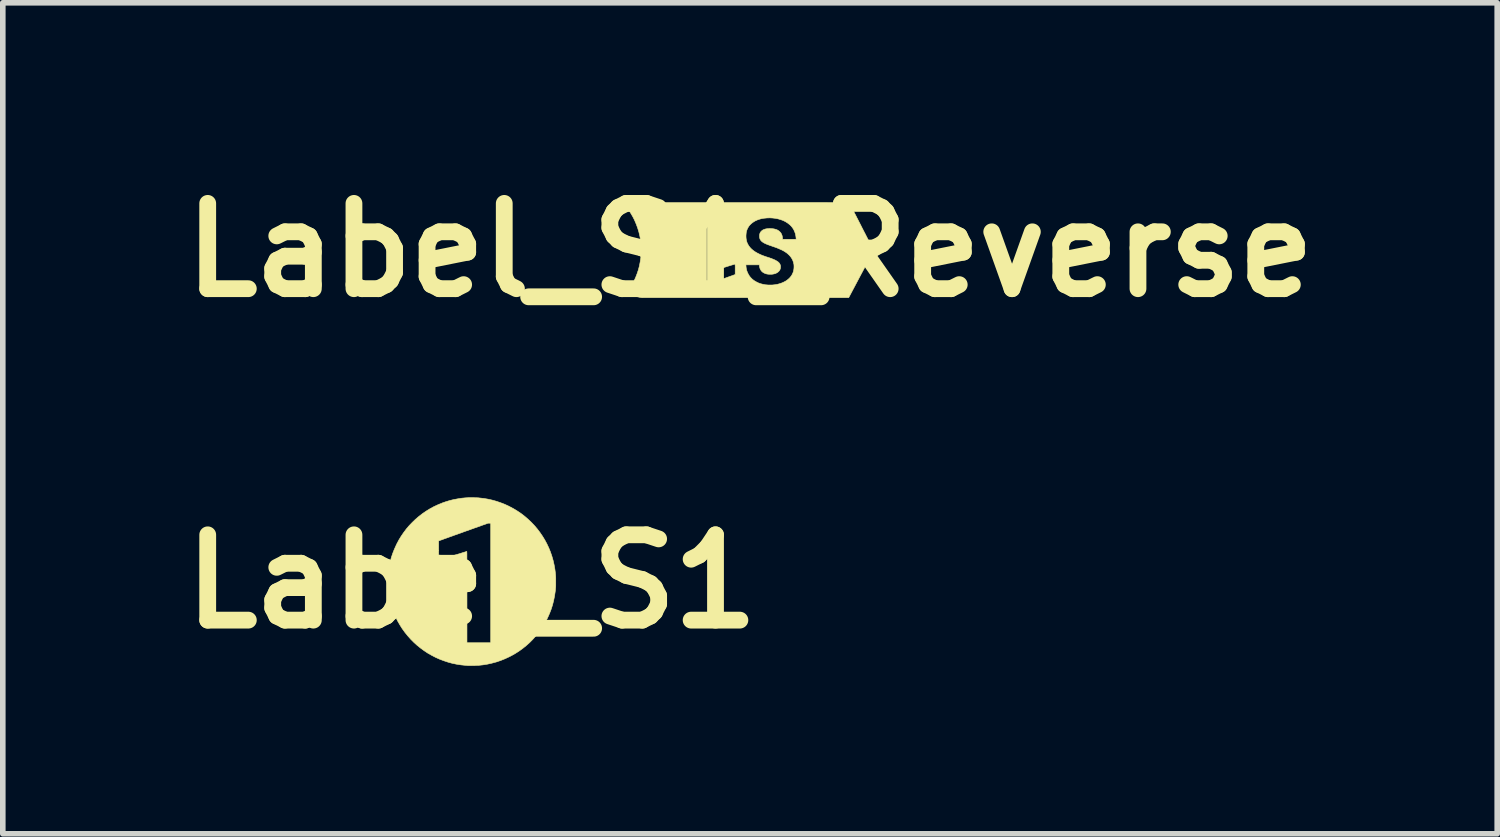
<source format=kicad_pcb>
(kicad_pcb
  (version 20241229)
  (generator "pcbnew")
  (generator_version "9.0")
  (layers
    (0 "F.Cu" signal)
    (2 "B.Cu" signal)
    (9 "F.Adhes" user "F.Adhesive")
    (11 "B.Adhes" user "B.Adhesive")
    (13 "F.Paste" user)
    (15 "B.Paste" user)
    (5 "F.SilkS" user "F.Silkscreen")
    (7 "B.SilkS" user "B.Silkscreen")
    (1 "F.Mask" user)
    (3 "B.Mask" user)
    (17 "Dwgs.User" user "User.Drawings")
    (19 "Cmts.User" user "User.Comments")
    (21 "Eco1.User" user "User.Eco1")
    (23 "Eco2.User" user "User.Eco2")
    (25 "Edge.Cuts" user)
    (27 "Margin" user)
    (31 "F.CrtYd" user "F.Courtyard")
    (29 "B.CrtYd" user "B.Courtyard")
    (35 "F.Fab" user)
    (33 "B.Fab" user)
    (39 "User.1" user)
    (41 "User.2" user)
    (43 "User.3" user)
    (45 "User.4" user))
  (footprint "Label_S1_Reverse"
    (layer "F.Cu")
    (at 10.349 1.418)
    (property "Reference" "Label_S1_Reverse" (at 0 0 0) (layer "F.SilkS") (effects (font (size 1.524 1.524) (thickness 0.3))))
    (attr through_hole)
    (fp_poly (pts (xy -1.055 -0.85) (xy -0.986 -0.85) (xy -0.914 -0.85) (xy -0.838 -0.85) (xy -0.759 -0.85) (xy -0.676 -0.85) (xy -0.589 -0.85) (xy -0.498 -0.85) (xy -0.403 -0.85) (xy -0.304 -0.85) (xy -0.201 -0.85) (xy -0.094 -0.85) (xy -0.073 -0.85) (xy 1.771 -0.849) (xy 1.979 -0.443) (xy 1.999 -0.403) (xy 2.019 -0.364) (xy 2.039 -0.325) (xy 2.058 -0.289) (xy 2.076 -0.253) (xy 2.093 -0.22) (xy 2.109 -0.188) (xy 2.124 -0.158) (xy 2.139 -0.13) (xy 2.151 -0.105) (xy 2.163 -0.083) (xy 2.173 -0.063) (xy 2.181 -0.046) (xy 2.188 -0.033) (xy 2.193 -0.023) (xy 2.197 -0.016) (xy 2.198 -0.014) (xy 2.209 0.008) (xy 1.986 0.428) (xy 1.763 0.849) (xy -0.081 0.849) (xy -0.171 0.849) (xy -0.26 0.849) (xy -0.348 0.849) (xy -0.434 0.849) (xy -0.52 0.849) (xy -0.603 0.849) (xy -0.686 0.849) (xy -0.766 0.849) (xy -0.845 0.849) (xy -0.922 0.849) (xy -0.997 0.849) (xy -1.069 0.849) (xy -1.14 0.849) (xy -1.208 0.849) (xy -1.274 0.849) (xy -1.337 0.849) (xy -1.398 0.849) (xy -1.456 0.849) (xy -1.511 0.849) (xy -1.563 0.849) (xy -1.613 0.849) (xy -1.659 0.849) (xy -1.702 0.849) (xy -1.741 0.849) (xy -1.777 0.849) (xy -1.81 0.849) (xy -1.839 0.849) (xy -1.864 0.849) (xy -1.885 0.849) (xy -1.903 0.849) (xy -1.916 0.849) (xy -1.925 0.849) (xy -1.93 0.849) (xy -1.931 0.849) (xy -1.975 0.842) (xy -2.02 0.832) (xy -2.065 0.82) (xy -2.109 0.806) (xy -2.137 0.795) (xy -2.145 0.792) (xy -2.155 0.788) (xy -2.166 0.783) (xy -2.177 0.778) (xy -2.188 0.774) (xy -2.196 0.77) (xy -2.203 0.766) (xy -2.206 0.765) (xy -2.205 0.763) (xy -2.201 0.758) (xy -2.196 0.751) (xy -2.19 0.743) (xy -2.186 0.738) (xy -2.145 0.679) (xy -2.108 0.617) (xy -2.074 0.554) (xy -2.044 0.489) (xy -2.018 0.422) (xy -1.995 0.354) (xy -1.977 0.285) (xy -1.963 0.214) (xy -1.952 0.143) (xy -1.946 0.072) (xy -1.944 -0.001) (xy -1.946 -0.073) (xy -1.952 -0.145) (xy -1.962 -0.217) (xy -1.97 -0.257) (xy -1.987 -0.327) (xy -2.008 -0.396) (xy -2.033 -0.464) (xy -2.061 -0.53) (xy -2.075 -0.559) (xy -0.775 -0.559) (xy -0.775 0.609) (xy -0.761 0.609) (xy -0.757 0.609) (xy -0.753 0.609) (xy -0.748 0.608) (xy -0.741 0.606) (xy -0.733 0.603) (xy -0.722 0.6) (xy -0.708 0.595) (xy -0.692 0.589) (xy -0.671 0.582) (xy -0.668 0.581) (xy -0.649 0.574) (xy -0.626 0.566) (xy -0.601 0.557) (xy -0.574 0.547) (xy -0.547 0.538) (xy -0.521 0.528) (xy -0.496 0.519) (xy -0.486 0.516) (xy -0.463 0.507) (xy -0.439 0.499) (xy -0.415 0.49) (xy -0.392 0.482) (xy -0.37 0.474) (xy -0.35 0.467) (xy -0.333 0.461) (xy -0.324 0.458) (xy -0.265 0.436) (xy -0.265 0.343) (xy -0.265 0.318) (xy -0.265 0.298) (xy -0.265 0.281) (xy -0.266 0.268) (xy -0.266 0.263) (xy -0.074 0.263) (xy -0.072 0.287) (xy -0.068 0.324) (xy -0.06 0.361) (xy -0.047 0.396) (xy -0.031 0.429) (xy -0.012 0.461) (xy 0.011 0.49) (xy 0.037 0.516) (xy 0.04 0.519) (xy 0.072 0.544) (xy 0.107 0.565) (xy 0.144 0.584) (xy 0.184 0.599) (xy 0.227 0.61) (xy 0.271 0.619) (xy 0.317 0.623) (xy 0.364 0.624) (xy 0.403 0.623) (xy 0.45 0.618) (xy 0.494 0.61) (xy 0.536 0.598) (xy 0.576 0.584) (xy 0.612 0.567) (xy 0.646 0.548) (xy 0.677 0.525) (xy 0.704 0.501) (xy 0.728 0.473) (xy 0.731 0.469) (xy 0.74 0.457) (xy 0.749 0.442) (xy 0.757 0.425) (xy 0.765 0.409) (xy 0.771 0.393) (xy 0.775 0.382) (xy 0.781 0.354) (xy 0.785 0.324) (xy 0.786 0.294) (xy 0.785 0.265) (xy 0.783 0.251) (xy 0.775 0.216) (xy 0.763 0.182) (xy 0.747 0.151) (xy 0.727 0.121) (xy 0.703 0.093) (xy 0.675 0.067) (xy 0.657 0.052) (xy 0.637 0.038) (xy 0.616 0.024) (xy 0.593 0.011) (xy 0.568 -0.002) (xy 0.541 -0.014) (xy 0.511 -0.027) (xy 0.478 -0.041) (xy 0.441 -0.054) (xy 0.4 -0.068) (xy 0.384 -0.074) (xy 0.349 -0.086) (xy 0.317 -0.098) (xy 0.289 -0.109) (xy 0.265 -0.12) (xy 0.244 -0.131) (xy 0.227 -0.142) (xy 0.212 -0.153) (xy 0.2 -0.165) (xy 0.19 -0.177) (xy 0.182 -0.19) (xy 0.176 -0.204) (xy 0.172 -0.219) (xy 0.171 -0.226) (xy 0.169 -0.248) (xy 0.17 -0.27) (xy 0.174 -0.291) (xy 0.181 -0.309) (xy 0.186 -0.318) (xy 0.193 -0.328) (xy 0.203 -0.338) (xy 0.213 -0.348) (xy 0.224 -0.356) (xy 0.227 -0.358) (xy 0.248 -0.368) (xy 0.27 -0.376) (xy 0.296 -0.381) (xy 0.324 -0.384) (xy 0.351 -0.385) (xy 0.384 -0.384) (xy 0.414 -0.381) (xy 0.441 -0.376) (xy 0.465 -0.369) (xy 0.488 -0.36) (xy 0.489 -0.359) (xy 0.512 -0.345) (xy 0.532 -0.328) (xy 0.549 -0.309) (xy 0.562 -0.287) (xy 0.572 -0.262) (xy 0.578 -0.234) (xy 0.58 -0.214) (xy 0.581 -0.192) (xy 0.824 -0.192) (xy 0.823 -0.213) (xy 0.818 -0.254) (xy 0.81 -0.293) (xy 0.797 -0.329) (xy 0.782 -0.363) (xy 0.762 -0.395) (xy 0.739 -0.425) (xy 0.712 -0.452) (xy 0.68 -0.477) (xy 0.665 -0.488) (xy 0.628 -0.511) (xy 0.588 -0.53) (xy 0.546 -0.545) (xy 0.501 -0.558) (xy 0.455 -0.567) (xy 0.407 -0.573) (xy 0.358 -0.576) (xy 0.308 -0.575) (xy 0.257 -0.57) (xy 0.245 -0.569) (xy 0.202 -0.561) (xy 0.162 -0.55) (xy 0.124 -0.536) (xy 0.088 -0.519) (xy 0.056 -0.499) (xy 0.027 -0.477) (xy 0.015 -0.466) (xy -0.001 -0.45) (xy -0.014 -0.436) (xy -0.024 -0.421) (xy -0.034 -0.405) (xy -0.041 -0.393) (xy -0.052 -0.369) (xy -0.061 -0.344) (xy -0.067 -0.319) (xy -0.07 -0.291) (xy -0.072 -0.265) (xy -0.072 -0.235) (xy -0.07 -0.208) (xy -0.066 -0.182) (xy -0.063 -0.168) (xy -0.053 -0.134) (xy -0.038 -0.103) (xy -0.02 -0.073) (xy 0.002 -0.045) (xy 0.028 -0.018) (xy 0.058 0.007) (xy 0.092 0.031) (xy 0.13 0.053) (xy 0.162 0.069) (xy 0.181 0.078) (xy 0.201 0.087) (xy 0.222 0.096) (xy 0.245 0.104) (xy 0.27 0.113) (xy 0.299 0.123) (xy 0.316 0.128) (xy 0.341 0.136) (xy 0.363 0.144) (xy 0.382 0.15) (xy 0.398 0.157) (xy 0.413 0.163) (xy 0.427 0.169) (xy 0.441 0.175) (xy 0.455 0.182) (xy 0.455 0.182) (xy 0.479 0.196) (xy 0.499 0.209) (xy 0.515 0.223) (xy 0.527 0.238) (xy 0.536 0.254) (xy 0.542 0.271) (xy 0.545 0.289) (xy 0.545 0.292) (xy 0.544 0.315) (xy 0.54 0.336) (xy 0.532 0.355) (xy 0.519 0.373) (xy 0.514 0.379) (xy 0.496 0.395) (xy 0.475 0.408) (xy 0.452 0.419) (xy 0.425 0.426) (xy 0.395 0.431) (xy 0.377 0.432) (xy 0.344 0.432) (xy 0.313 0.429) (xy 0.284 0.423) (xy 0.259 0.413) (xy 0.236 0.401) (xy 0.216 0.386) (xy 0.2 0.368) (xy 0.187 0.348) (xy 0.177 0.325) (xy 0.171 0.299) (xy 0.168 0.281) (xy 0.167 0.263) (xy -0.074 0.263) (xy -0.266 0.263) (xy -0.266 0.259) (xy -0.267 0.253) (xy -0.267 0.25) (xy -0.267 0.25) (xy -0.27 0.25) (xy -0.276 0.252) (xy -0.286 0.255) (xy -0.299 0.259) (xy -0.315 0.264) (xy -0.333 0.269) (xy -0.353 0.275) (xy -0.375 0.282) (xy -0.398 0.289) (xy -0.405 0.291) (xy -0.429 0.299) (xy -0.451 0.306) (xy -0.472 0.312) (xy -0.49 0.318) (xy -0.507 0.323) (xy -0.52 0.327) (xy -0.531 0.33) (xy -0.538 0.332) (xy -0.542 0.333) (xy -0.542 0.333) (xy -0.542 0.331) (xy -0.542 0.325) (xy -0.542 0.315) (xy -0.542 0.3) (xy -0.543 0.283) (xy -0.543 0.261) (xy -0.543 0.237) (xy -0.543 0.21) (xy -0.543 0.18) (xy -0.543 0.147) (xy -0.543 0.112) (xy -0.543 0.075) (xy -0.543 0.036) (xy -0.543 -0.004) (xy -0.543 -0.046) (xy -0.543 -0.09) (xy -0.543 -0.113) (xy -0.543 -0.559) (xy -0.775 -0.559) (xy -2.075 -0.559) (xy -2.093 -0.594) (xy -2.129 -0.656) (xy -2.167 -0.715) (xy -2.187 -0.741) (xy -2.194 -0.752) (xy -2.199 -0.759) (xy -2.201 -0.764) (xy -2.202 -0.766) (xy -2.201 -0.767) (xy -2.198 -0.768) (xy -2.192 -0.771) (xy -2.183 -0.775) (xy -2.173 -0.78) (xy -2.165 -0.783) (xy -2.123 -0.8) (xy -2.079 -0.815) (xy -2.032 -0.828) (xy -1.986 -0.839) (xy -1.947 -0.846) (xy -1.945 -0.846) (xy -1.943 -0.846) (xy -1.941 -0.847) (xy -1.939 -0.847) (xy -1.936 -0.847) (xy -1.933 -0.847) (xy -1.929 -0.847) (xy -1.925 -0.848) (xy -1.92 -0.848) (xy -1.914 -0.848) (xy -1.907 -0.848) (xy -1.899 -0.848) (xy -1.89 -0.848) (xy -1.88 -0.849) (xy -1.869 -0.849) (xy -1.856 -0.849) (xy -1.842 -0.849) (xy -1.827 -0.849) (xy -1.809 -0.849) (xy -1.791 -0.849) (xy -1.77 -0.849) (xy -1.747 -0.849) (xy -1.722 -0.849) (xy -1.696 -0.85) (xy -1.667 -0.85) (xy -1.636 -0.85) (xy -1.602 -0.85) (xy -1.567 -0.85) (xy -1.528 -0.85) (xy -1.487 -0.85) (xy -1.443 -0.85) (xy -1.397 -0.85) (xy -1.348 -0.85) (xy -1.295 -0.85) (xy -1.24 -0.85) (xy -1.181 -0.85) (xy -1.12 -0.85) (xy -1.055 -0.85)) (stroke (width 0.01) (type solid)) (fill yes) (layer "F.SilkS")))
  (footprint "Label_S1"
    (layer "F.Cu")
    (at 5.378 7.339)
    (property "Reference" "Label_S1" (at 0 0 0) (layer "F.SilkS") (effects (font (size 1.524 1.524) (thickness 0.3))))
    (attr through_hole)
    (fp_poly (pts (xy 0.014 -1.498) (xy 0.039 -1.498) (xy 0.063 -1.497) (xy 0.086 -1.497) (xy 0.107 -1.496) (xy 0.124 -1.495) (xy 0.13 -1.494) (xy 0.211 -1.485) (xy 0.289 -1.472) (xy 0.365 -1.455) (xy 0.44 -1.434) (xy 0.513 -1.409) (xy 0.586 -1.381) (xy 0.658 -1.348) (xy 0.679 -1.337) (xy 0.75 -1.299) (xy 0.819 -1.257) (xy 0.885 -1.212) (xy 0.948 -1.163) (xy 1.008 -1.111) (xy 1.065 -1.057) (xy 1.12 -0.999) (xy 1.171 -0.939) (xy 1.218 -0.877) (xy 1.263 -0.811) (xy 1.304 -0.744) (xy 1.341 -0.675) (xy 1.375 -0.603) (xy 1.405 -0.53) (xy 1.431 -0.454) (xy 1.453 -0.378) (xy 1.471 -0.299) (xy 1.485 -0.22) (xy 1.49 -0.182) (xy 1.493 -0.16) (xy 1.495 -0.14) (xy 1.497 -0.121) (xy 1.498 -0.103) (xy 1.499 -0.084) (xy 1.5 -0.064) (xy 1.5 -0.042) (xy 1.5 -0.016) (xy 1.5 0.001) (xy 1.5 0.029) (xy 1.5 0.053) (xy 1.5 0.074) (xy 1.499 0.093) (xy 1.498 0.112) (xy 1.496 0.13) (xy 1.495 0.15) (xy 1.492 0.17) (xy 1.49 0.184) (xy 1.478 0.264) (xy 1.462 0.343) (xy 1.442 0.421) (xy 1.418 0.496) (xy 1.389 0.571) (xy 1.357 0.643) (xy 1.322 0.714) (xy 1.283 0.782) (xy 1.24 0.848) (xy 1.194 0.912) (xy 1.144 0.973) (xy 1.091 1.032) (xy 1.036 1.088) (xy 0.977 1.141) (xy 0.915 1.191) (xy 0.851 1.238) (xy 0.783 1.282) (xy 0.713 1.322) (xy 0.664 1.347) (xy 0.59 1.381) (xy 0.515 1.411) (xy 0.438 1.437) (xy 0.36 1.458) (xy 0.28 1.476) (xy 0.199 1.489) (xy 0.132 1.496) (xy 0.122 1.497) (xy 0.108 1.498) (xy 0.091 1.498) (xy 0.072 1.499) (xy 0.052 1.5) (xy 0.031 1.5) (xy 0.011 1.501) (xy -0.009 1.501) (xy -0.028 1.501) (xy -0.045 1.501) (xy -0.058 1.501) (xy -0.069 1.501) (xy -0.072 1.5) (xy -0.078 1.5) (xy -0.088 1.499) (xy -0.099 1.498) (xy -0.112 1.497) (xy -0.115 1.497) (xy -0.193 1.489) (xy -0.271 1.477) (xy -0.348 1.461) (xy -0.425 1.44) (xy -0.5 1.415) (xy -0.574 1.387) (xy -0.646 1.355) (xy -0.717 1.318) (xy -0.786 1.279) (xy -0.852 1.235) (xy -0.916 1.188) (xy -0.978 1.138) (xy -1.032 1.089) (xy -1.09 1.031) (xy -1.144 0.97) (xy -1.195 0.907) (xy -1.242 0.842) (xy -1.285 0.774) (xy -1.325 0.704) (xy -1.36 0.632) (xy -1.392 0.558) (xy -1.42 0.483) (xy -1.444 0.405) (xy -1.464 0.326) (xy -1.479 0.246) (xy -1.491 0.164) (xy -1.494 0.13) (xy -1.496 0.113) (xy -1.497 0.091) (xy -1.498 0.067) (xy -1.498 0.041) (xy -1.498 0.014) (xy -1.498 -0.013) (xy -1.498 -0.04) (xy -1.498 -0.066) (xy -1.497 -0.09) (xy -1.496 -0.111) (xy -1.494 -0.129) (xy -1.494 -0.129) (xy -1.485 -0.208) (xy -1.472 -0.285) (xy -1.456 -0.36) (xy -1.436 -0.433) (xy -1.412 -0.504) (xy -1.384 -0.575) (xy -1.352 -0.646) (xy -1.342 -0.668) (xy -1.311 -0.726) (xy -0.592 -0.726) (xy -0.592 -0.554) (xy -0.592 -0.521) (xy -0.592 -0.492) (xy -0.592 -0.468) (xy -0.592 -0.447) (xy -0.591 -0.429) (xy -0.591 -0.415) (xy -0.591 -0.404) (xy -0.591 -0.395) (xy -0.59 -0.389) (xy -0.59 -0.385) (xy -0.589 -0.383) (xy -0.589 -0.383) (xy -0.587 -0.383) (xy -0.58 -0.385) (xy -0.57 -0.389) (xy -0.557 -0.393) (xy -0.54 -0.398) (xy -0.521 -0.404) (xy -0.498 -0.411) (xy -0.474 -0.418) (xy -0.447 -0.427) (xy -0.419 -0.436) (xy -0.389 -0.445) (xy -0.357 -0.455) (xy -0.34 -0.46) (xy -0.308 -0.47) (xy -0.277 -0.479) (xy -0.248 -0.489) (xy -0.22 -0.497) (xy -0.194 -0.505) (xy -0.171 -0.513) (xy -0.15 -0.519) (xy -0.131 -0.525) (xy -0.116 -0.53) (xy -0.104 -0.533) (xy -0.096 -0.536) (xy -0.091 -0.538) (xy -0.09 -0.538) (xy -0.09 -0.538) (xy -0.089 -0.537) (xy -0.089 -0.537) (xy -0.089 -0.535) (xy -0.088 -0.533) (xy -0.088 -0.529) (xy -0.088 -0.525) (xy -0.088 -0.52) (xy -0.088 -0.513) (xy -0.087 -0.505) (xy -0.087 -0.495) (xy -0.087 -0.484) (xy -0.087 -0.47) (xy -0.087 -0.455) (xy -0.087 -0.438) (xy -0.087 -0.418) (xy -0.087 -0.397) (xy -0.086 -0.372) (xy -0.086 -0.345) (xy -0.086 -0.315) (xy -0.086 -0.283) (xy -0.086 -0.247) (xy -0.086 -0.208) (xy -0.086 -0.166) (xy -0.086 -0.121) (xy -0.086 -0.072) (xy -0.086 -0.019) (xy -0.086 0.037) (xy -0.086 0.098) (xy -0.086 0.162) (xy -0.086 0.231) (xy -0.086 1.093) (xy 0.338 1.093) (xy 0.338 -1.042) (xy 0.29 -1.042) (xy -0.145 -0.887) (xy -0.187 -0.871) (xy -0.228 -0.857) (xy -0.268 -0.842) (xy -0.307 -0.829) (xy -0.344 -0.815) (xy -0.379 -0.803) (xy -0.412 -0.791) (xy -0.442 -0.78) (xy -0.471 -0.77) (xy -0.496 -0.761) (xy -0.519 -0.752) (xy -0.539 -0.745) (xy -0.556 -0.739) (xy -0.569 -0.735) (xy -0.578 -0.731) (xy -0.584 -0.729) (xy -0.586 -0.728) (xy -0.592 -0.726) (xy -1.311 -0.726) (xy -1.304 -0.74) (xy -1.262 -0.809) (xy -1.217 -0.875) (xy -1.169 -0.939) (xy -1.117 -1) (xy -1.062 -1.057) (xy -1.005 -1.112) (xy -0.944 -1.164) (xy -0.881 -1.213) (xy -0.815 -1.258) (xy -0.747 -1.3) (xy -0.677 -1.338) (xy -0.604 -1.372) (xy -0.529 -1.403) (xy -0.472 -1.423) (xy -0.401 -1.445) (xy -0.329 -1.463) (xy -0.255 -1.477) (xy -0.179 -1.489) (xy -0.115 -1.495) (xy -0.1 -1.496) (xy -0.082 -1.497) (xy -0.06 -1.498) (xy -0.037 -1.498) (xy -0.012 -1.498) (xy 0.014 -1.498)) (stroke (width 0.01) (type solid)) (fill yes) (layer "F.SilkS")))
  (gr_rect
    (start -3 -3)
    (end 23.697 11.845)
    (stroke (width 0.1) (type default))
    (fill no)
    (layer "Edge.Cuts")))
</source>
